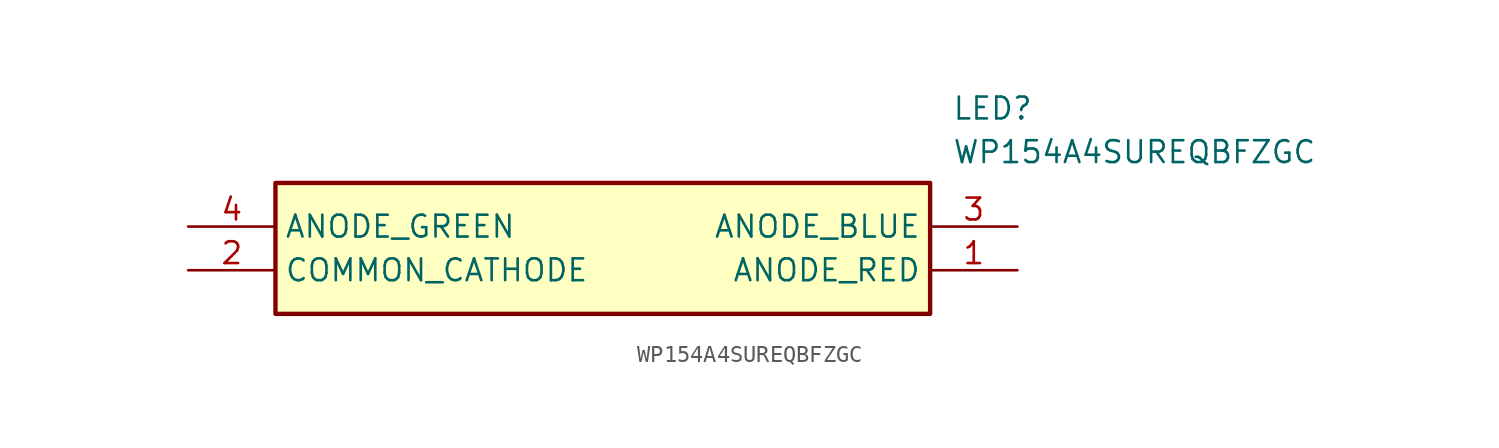
<source format=kicad_sym>
(kicad_symbol_lib
  (version 20211014)
  (generator SamacSys_ECAD_Model)
  (symbol "WP154A4SUREQBFZGC"
    (property "Reference" "LED"
      (at 44.45 7.62 0)
      (effects (font (size 1.27 1.27)) (justify left top)))
    (property "Value" "WP154A4SUREQBFZGC"
      (at 44.45 5.08 0)
      (effects (font (size 1.27 1.27)) (justify left top)))
    (rectangle
      (start 5.08 2.54)
      (end 43.18 -5.08)
      (stroke (width 0.254) (type default))
      (fill (type background)))
    (pin passive line
      (at 48.26 -2.54 180)
      (length 5.08)
      (name "ANODE_RED" (effects (font (size 1.27 1.27))))
      (number "1" (effects (font (size 1.27 1.27)))))
    (pin passive line
      (at 0 -2.54 0)
      (length 5.08)
      (name "COMMON_CATHODE" (effects (font (size 1.27 1.27))))
      (number "2" (effects (font (size 1.27 1.27)))))
    (pin passive line
      (at 48.26 0 180)
      (length 5.08)
      (name "ANODE_BLUE" (effects (font (size 1.27 1.27))))
      (number "3" (effects (font (size 1.27 1.27)))))
    (pin passive line
      (at 0 0 0)
      (length 5.08)
      (name "ANODE_GREEN" (effects (font (size 1.27 1.27))))
      (number "4" (effects (font (size 1.27 1.27)))))))
</source>
